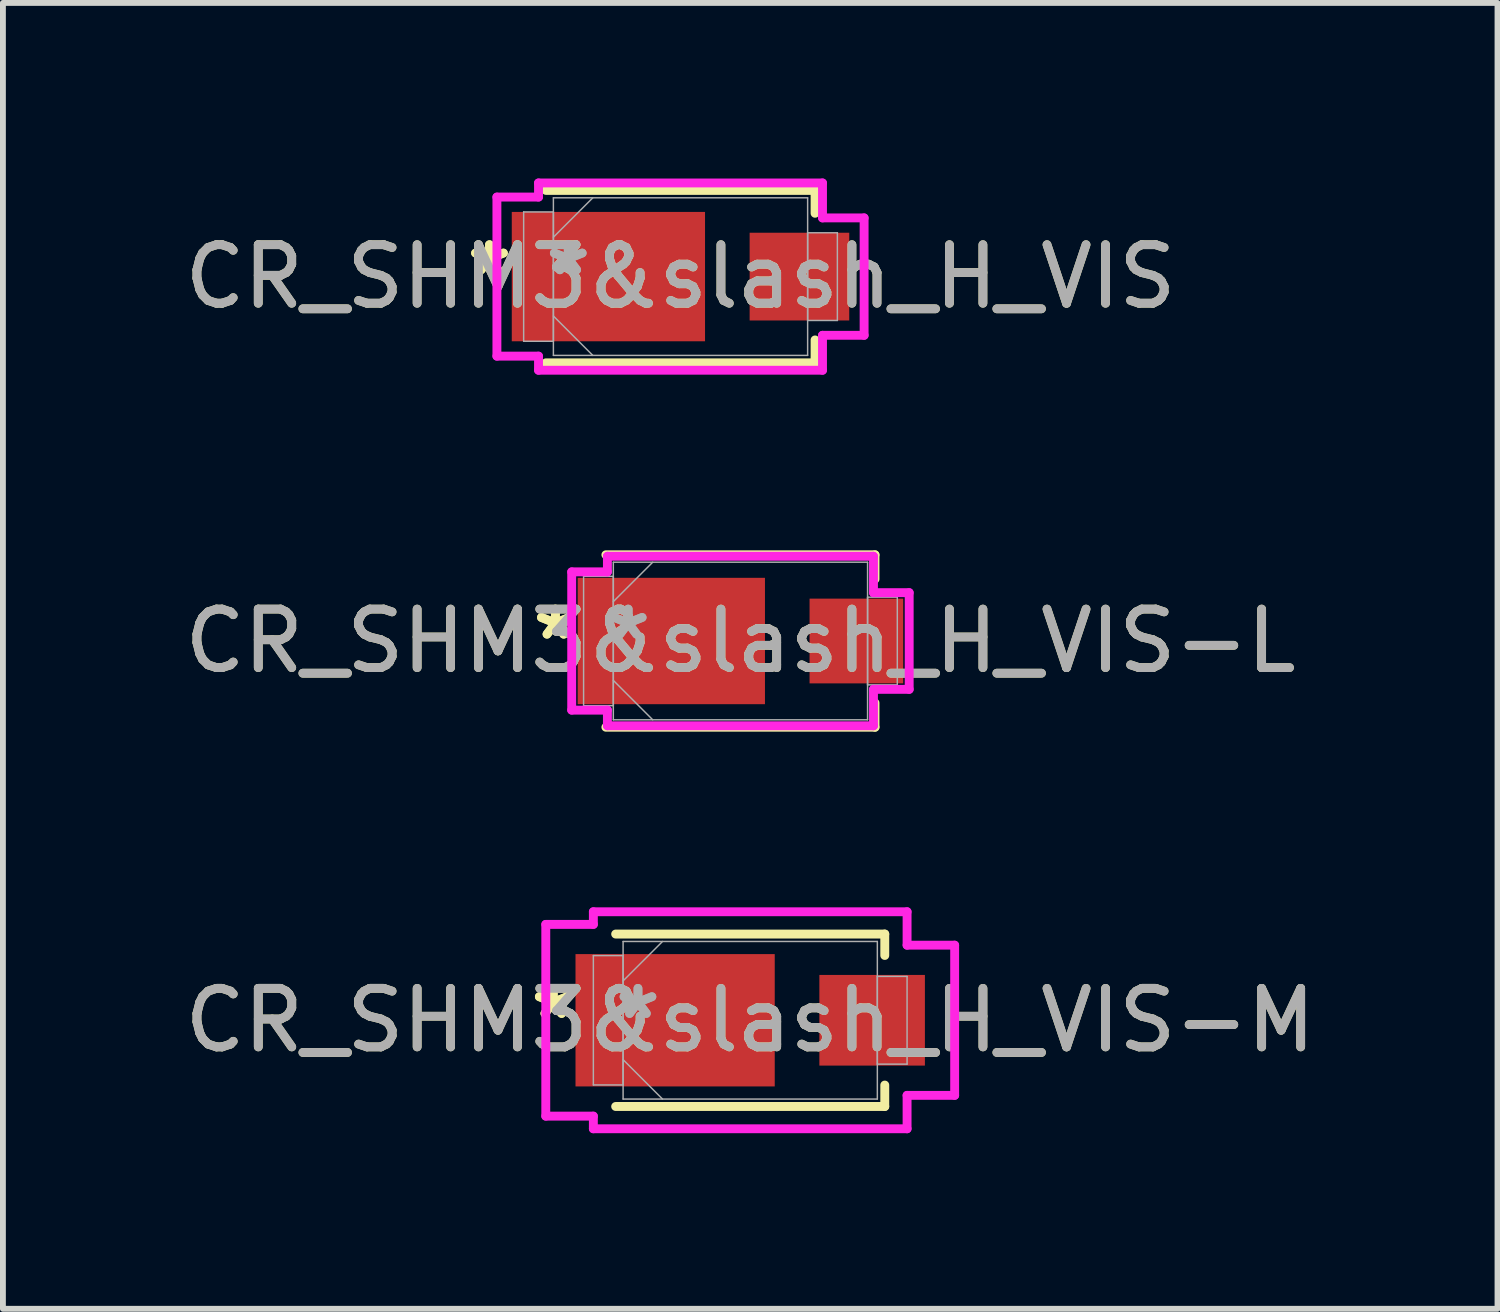
<source format=kicad_pcb>
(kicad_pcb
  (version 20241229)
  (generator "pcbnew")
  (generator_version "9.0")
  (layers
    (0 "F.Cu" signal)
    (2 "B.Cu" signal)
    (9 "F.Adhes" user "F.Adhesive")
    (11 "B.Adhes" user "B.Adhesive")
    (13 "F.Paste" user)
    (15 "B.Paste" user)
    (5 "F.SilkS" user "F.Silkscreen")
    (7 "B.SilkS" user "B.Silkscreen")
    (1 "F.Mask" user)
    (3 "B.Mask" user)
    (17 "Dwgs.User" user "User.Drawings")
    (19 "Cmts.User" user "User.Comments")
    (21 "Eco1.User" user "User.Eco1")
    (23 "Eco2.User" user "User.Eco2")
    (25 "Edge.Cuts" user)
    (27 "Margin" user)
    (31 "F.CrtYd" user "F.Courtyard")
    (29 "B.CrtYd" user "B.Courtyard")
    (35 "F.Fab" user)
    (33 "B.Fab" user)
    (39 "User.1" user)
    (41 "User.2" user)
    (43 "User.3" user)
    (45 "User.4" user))
  (footprint "CR_SHM3&slash_H_VIS"
    (layer "F.Cu")
    (at 8.577 1.676)
    (property "Reference" "CR_SHM3&slash_H_VIS" (at 0 0 0) (unlocked yes) (layer "F.SilkS") (effects (font (size 1 1) (thickness 0.15))))
    (attr smd)
    (fp_line (start -2.299 1.473) (end 2.299 1.473) (stroke (width 0.152) (type solid)) (layer "F.SilkS"))
    (fp_line (start 2.299 -1.473) (end -2.299 -1.473) (stroke (width 0.152) (type solid)) (layer "F.SilkS"))
    (fp_line (start 2.299 -1.082) (end 2.299 -1.473) (stroke (width 0.152) (type solid)) (layer "F.SilkS"))
    (fp_line (start 2.299 1.473) (end 2.299 1.082) (stroke (width 0.152) (type solid)) (layer "F.SilkS"))
    (fp_line (start -3.137 -1.359) (end -2.426 -1.359) (stroke (width 0.152) (type solid)) (layer "F.CrtYd"))
    (fp_line (start -3.137 1.359) (end -3.137 -1.359) (stroke (width 0.152) (type solid)) (layer "F.CrtYd"))
    (fp_line (start -2.426 -1.6) (end 2.426 -1.6) (stroke (width 0.152) (type solid)) (layer "F.CrtYd"))
    (fp_line (start -2.426 -1.359) (end -2.426 -1.6) (stroke (width 0.152) (type solid)) (layer "F.CrtYd"))
    (fp_line (start -2.426 1.359) (end -3.137 1.359) (stroke (width 0.152) (type solid)) (layer "F.CrtYd"))
    (fp_line (start -2.426 1.6) (end -2.426 1.359) (stroke (width 0.152) (type solid)) (layer "F.CrtYd"))
    (fp_line (start 2.426 -1.6) (end 2.426 -1.003) (stroke (width 0.152) (type solid)) (layer "F.CrtYd"))
    (fp_line (start 2.426 -1.003) (end 3.137 -1.003) (stroke (width 0.152) (type solid)) (layer "F.CrtYd"))
    (fp_line (start 2.426 1.003) (end 2.426 1.6) (stroke (width 0.152) (type solid)) (layer "F.CrtYd"))
    (fp_line (start 2.426 1.6) (end -2.426 1.6) (stroke (width 0.152) (type solid)) (layer "F.CrtYd"))
    (fp_line (start 3.137 -1.003) (end 3.137 1.003) (stroke (width 0.152) (type solid)) (layer "F.CrtYd"))
    (fp_line (start 3.137 1.003) (end 2.426 1.003) (stroke (width 0.152) (type solid)) (layer "F.CrtYd"))
    (fp_line (start -2.68 -1.105) (end -2.68 1.105) (stroke (width 0.025) (type solid)) (layer "F.Fab"))
    (fp_line (start -2.68 1.105) (end -2.172 1.105) (stroke (width 0.025) (type solid)) (layer "F.Fab"))
    (fp_line (start -2.172 -1.346) (end -2.172 1.346) (stroke (width 0.025) (type solid)) (layer "F.Fab"))
    (fp_line (start -2.172 -1.105) (end -2.68 -1.105) (stroke (width 0.025) (type solid)) (layer "F.Fab"))
    (fp_line (start -2.172 -0.673) (end -1.499 -1.346) (stroke (width 0.025) (type solid)) (layer "F.Fab"))
    (fp_line (start -2.172 0.673) (end -1.499 1.346) (stroke (width 0.025) (type solid)) (layer "F.Fab"))
    (fp_line (start -2.172 1.105) (end -2.172 -1.105) (stroke (width 0.025) (type solid)) (layer "F.Fab"))
    (fp_line (start -2.172 1.346) (end 2.172 1.346) (stroke (width 0.025) (type solid)) (layer "F.Fab"))
    (fp_line (start 2.172 -1.346) (end -2.172 -1.346) (stroke (width 0.025) (type solid)) (layer "F.Fab"))
    (fp_line (start 2.172 -0.749) (end 2.172 0.749) (stroke (width 0.025) (type solid)) (layer "F.Fab"))
    (fp_line (start 2.172 0.749) (end 2.68 0.749) (stroke (width 0.025) (type solid)) (layer "F.Fab"))
    (fp_line (start 2.172 1.346) (end 2.172 -1.346) (stroke (width 0.025) (type solid)) (layer "F.Fab"))
    (fp_line (start 2.68 -0.749) (end 2.172 -0.749) (stroke (width 0.025) (type solid)) (layer "F.Fab"))
    (fp_line (start 2.68 0.749) (end 2.68 -0.749) (stroke (width 0.025) (type solid)) (layer "F.Fab"))
    (fp_text user "*" (at -3.264 0 0) (layer "F.SilkS") (effects (font (size 1 1) (thickness 0.15))))
    (fp_text user "*" (at -3.264 0 0) (unlocked yes) (layer "F.SilkS") (effects (font (size 1 1) (thickness 0.15))))
    (fp_text user "*" (at -1.918 0 0) (layer "F.Fab") (effects (font (size 1 1) (thickness 0.15))))
    (fp_text user "*" (at -1.918 0 0) (unlocked yes) (layer "F.Fab") (effects (font (size 1 1) (thickness 0.15))))
    (fp_text user "${REFERENCE}" (at 0 0 0) (unlocked yes) (layer "F.Fab") (effects (font (size 1 1) (thickness 0.15))))
    (pad "1" smd rect (at -1.232 0) (size 3.302 2.21) (layers "F.Cu" "F.Mask" "F.Paste"))
    (pad "2" smd rect (at 2.032 0) (size 1.702 1.499) (layers "F.Cu" "F.Mask" "F.Paste"))
    (zone (net_name "") (layer "F.Cu") (hatch full 0.508) (connect_pads) (min_thickness 0.254) (filled_areas_thickness no) (keepout (tracks not_allowed) (vias not_allowed) (pads allowed) (copperpour not_allowed) (footprints allowed)) (placement (enabled no)) (fill) (polygon (pts (xy 9.047 0.381) (xy 9.708 0.381) (xy 9.708 2.972) (xy 9.047 2.972)))))
  (footprint "CR_SHM3&slash_H_VIS-M"
    (layer "F.Cu")
    (at 9.768 14.382)
    (property "Reference" "CR_SHM3&slash_H_VIS-M" (at 0 0 0) (unlocked yes) (layer "F.SilkS") (effects (font (size 1 1) (thickness 0.15))))
    (attr smd)
    (fp_line (start -2.299 1.473) (end 2.299 1.473) (stroke (width 0.152) (type solid)) (layer "F.SilkS"))
    (fp_line (start 2.299 -1.473) (end -2.299 -1.473) (stroke (width 0.152) (type solid)) (layer "F.SilkS"))
    (fp_line (start 2.299 -1.107) (end 2.299 -1.473) (stroke (width 0.152) (type solid)) (layer "F.SilkS"))
    (fp_line (start 2.299 1.473) (end 2.299 1.107) (stroke (width 0.152) (type solid)) (layer "F.SilkS"))
    (fp_line (start -3.493 -1.638) (end -2.68 -1.638) (stroke (width 0.152) (type solid)) (layer "F.CrtYd"))
    (fp_line (start -3.493 1.638) (end -3.493 -1.638) (stroke (width 0.152) (type solid)) (layer "F.CrtYd"))
    (fp_line (start -2.68 -1.854) (end 2.68 -1.854) (stroke (width 0.152) (type solid)) (layer "F.CrtYd"))
    (fp_line (start -2.68 -1.638) (end -2.68 -1.854) (stroke (width 0.152) (type solid)) (layer "F.CrtYd"))
    (fp_line (start -2.68 1.638) (end -3.493 1.638) (stroke (width 0.152) (type solid)) (layer "F.CrtYd"))
    (fp_line (start -2.68 1.854) (end -2.68 1.638) (stroke (width 0.152) (type solid)) (layer "F.CrtYd"))
    (fp_line (start 2.68 -1.854) (end 2.68 -1.283) (stroke (width 0.152) (type solid)) (layer "F.CrtYd"))
    (fp_line (start 2.68 -1.283) (end 3.493 -1.283) (stroke (width 0.152) (type solid)) (layer "F.CrtYd"))
    (fp_line (start 2.68 1.283) (end 2.68 1.854) (stroke (width 0.152) (type solid)) (layer "F.CrtYd"))
    (fp_line (start 2.68 1.854) (end -2.68 1.854) (stroke (width 0.152) (type solid)) (layer "F.CrtYd"))
    (fp_line (start 3.493 -1.283) (end 3.493 1.283) (stroke (width 0.152) (type solid)) (layer "F.CrtYd"))
    (fp_line (start 3.493 1.283) (end 2.68 1.283) (stroke (width 0.152) (type solid)) (layer "F.CrtYd"))
    (fp_line (start -2.68 -1.105) (end -2.68 1.105) (stroke (width 0.025) (type solid)) (layer "F.Fab"))
    (fp_line (start -2.68 1.105) (end -2.172 1.105) (stroke (width 0.025) (type solid)) (layer "F.Fab"))
    (fp_line (start -2.172 -1.346) (end -2.172 1.346) (stroke (width 0.025) (type solid)) (layer "F.Fab"))
    (fp_line (start -2.172 -1.105) (end -2.68 -1.105) (stroke (width 0.025) (type solid)) (layer "F.Fab"))
    (fp_line (start -2.172 -0.673) (end -1.499 -1.346) (stroke (width 0.025) (type solid)) (layer "F.Fab"))
    (fp_line (start -2.172 0.673) (end -1.499 1.346) (stroke (width 0.025) (type solid)) (layer "F.Fab"))
    (fp_line (start -2.172 1.105) (end -2.172 -1.105) (stroke (width 0.025) (type solid)) (layer "F.Fab"))
    (fp_line (start -2.172 1.346) (end 2.172 1.346) (stroke (width 0.025) (type solid)) (layer "F.Fab"))
    (fp_line (start 2.172 -1.346) (end -2.172 -1.346) (stroke (width 0.025) (type solid)) (layer "F.Fab"))
    (fp_line (start 2.172 -0.749) (end 2.172 0.749) (stroke (width 0.025) (type solid)) (layer "F.Fab"))
    (fp_line (start 2.172 0.749) (end 2.68 0.749) (stroke (width 0.025) (type solid)) (layer "F.Fab"))
    (fp_line (start 2.172 1.346) (end 2.172 -1.346) (stroke (width 0.025) (type solid)) (layer "F.Fab"))
    (fp_line (start 2.68 -0.749) (end 2.172 -0.749) (stroke (width 0.025) (type solid)) (layer "F.Fab"))
    (fp_line (start 2.68 0.749) (end 2.68 -0.749) (stroke (width 0.025) (type solid)) (layer "F.Fab"))
    (fp_text user "*" (at -3.365 0 0) (unlocked yes) (layer "F.SilkS") (effects (font (size 1 1) (thickness 0.15))))
    (fp_text user "*" (at -3.365 0 0) (layer "F.SilkS") (effects (font (size 1 1) (thickness 0.15))))
    (fp_text user "*" (at -1.918 0 0) (unlocked yes) (layer "F.Fab") (effects (font (size 1 1) (thickness 0.15))))
    (fp_text user "*" (at -1.918 0 0) (layer "F.Fab") (effects (font (size 1 1) (thickness 0.15))))
    (fp_text user "${REFERENCE}" (at 0 0 0) (unlocked yes) (layer "F.Fab") (effects (font (size 1 1) (thickness 0.15))))
    (pad "1" smd rect (at -1.283 0) (size 3.404 2.261) (layers "F.Cu" "F.Mask" "F.Paste"))
    (pad "2" smd rect (at 2.083 0) (size 1.803 1.549) (layers "F.Cu" "F.Mask" "F.Paste"))
    (zone (net_name "") (layer "F.Cu") (hatch full 0.508) (connect_pads) (min_thickness 0.254) (filled_areas_thickness no) (keepout (tracks not_allowed) (vias not_allowed) (pads allowed) (copperpour not_allowed) (footprints allowed)) (placement (enabled no)) (fill) (polygon (pts (xy 10.238 13.087) (xy 10.898 13.087) (xy 10.898 15.677) (xy 10.238 15.677)))))
  (footprint "CR_SHM3&slash_H_VIS-L"
    (layer "F.Cu")
    (at 9.601 7.902)
    (property "Reference" "CR_SHM3&slash_H_VIS-L" (at 0 0 0) (unlocked yes) (layer "F.SilkS") (effects (font (size 1 1) (thickness 0.15))))
    (attr smd)
    (fp_line (start -2.299 1.473) (end 2.299 1.473) (stroke (width 0.152) (type solid)) (layer "F.SilkS"))
    (fp_line (start 2.299 -1.473) (end -2.299 -1.473) (stroke (width 0.152) (type solid)) (layer "F.SilkS"))
    (fp_line (start 2.299 -1.057) (end 2.299 -1.473) (stroke (width 0.152) (type solid)) (layer "F.SilkS"))
    (fp_line (start 2.299 1.473) (end 2.299 1.057) (stroke (width 0.152) (type solid)) (layer "F.SilkS"))
    (fp_line (start -2.883 -1.181) (end -2.273 -1.181) (stroke (width 0.152) (type solid)) (layer "F.CrtYd"))
    (fp_line (start -2.883 1.181) (end -2.883 -1.181) (stroke (width 0.152) (type solid)) (layer "F.CrtYd"))
    (fp_line (start -2.273 -1.448) (end 2.273 -1.448) (stroke (width 0.152) (type solid)) (layer "F.CrtYd"))
    (fp_line (start -2.273 -1.181) (end -2.273 -1.448) (stroke (width 0.152) (type solid)) (layer "F.CrtYd"))
    (fp_line (start -2.273 1.181) (end -2.883 1.181) (stroke (width 0.152) (type solid)) (layer "F.CrtYd"))
    (fp_line (start -2.273 1.448) (end -2.273 1.181) (stroke (width 0.152) (type solid)) (layer "F.CrtYd"))
    (fp_line (start 2.273 -1.448) (end 2.273 -0.826) (stroke (width 0.152) (type solid)) (layer "F.CrtYd"))
    (fp_line (start 2.273 -0.826) (end 2.883 -0.826) (stroke (width 0.152) (type solid)) (layer "F.CrtYd"))
    (fp_line (start 2.273 0.826) (end 2.273 1.448) (stroke (width 0.152) (type solid)) (layer "F.CrtYd"))
    (fp_line (start 2.273 1.448) (end -2.273 1.448) (stroke (width 0.152) (type solid)) (layer "F.CrtYd"))
    (fp_line (start 2.883 -0.826) (end 2.883 0.826) (stroke (width 0.152) (type solid)) (layer "F.CrtYd"))
    (fp_line (start 2.883 0.826) (end 2.273 0.826) (stroke (width 0.152) (type solid)) (layer "F.CrtYd"))
    (fp_line (start -2.68 -1.105) (end -2.68 1.105) (stroke (width 0.025) (type solid)) (layer "F.Fab"))
    (fp_line (start -2.68 1.105) (end -2.172 1.105) (stroke (width 0.025) (type solid)) (layer "F.Fab"))
    (fp_line (start -2.172 -1.346) (end -2.172 1.346) (stroke (width 0.025) (type solid)) (layer "F.Fab"))
    (fp_line (start -2.172 -1.105) (end -2.68 -1.105) (stroke (width 0.025) (type solid)) (layer "F.Fab"))
    (fp_line (start -2.172 -0.673) (end -1.499 -1.346) (stroke (width 0.025) (type solid)) (layer "F.Fab"))
    (fp_line (start -2.172 0.673) (end -1.499 1.346) (stroke (width 0.025) (type solid)) (layer "F.Fab"))
    (fp_line (start -2.172 1.105) (end -2.172 -1.105) (stroke (width 0.025) (type solid)) (layer "F.Fab"))
    (fp_line (start -2.172 1.346) (end 2.172 1.346) (stroke (width 0.025) (type solid)) (layer "F.Fab"))
    (fp_line (start 2.172 -1.346) (end -2.172 -1.346) (stroke (width 0.025) (type solid)) (layer "F.Fab"))
    (fp_line (start 2.172 -0.749) (end 2.172 0.749) (stroke (width 0.025) (type solid)) (layer "F.Fab"))
    (fp_line (start 2.172 0.749) (end 2.68 0.749) (stroke (width 0.025) (type solid)) (layer "F.Fab"))
    (fp_line (start 2.172 1.346) (end 2.172 -1.346) (stroke (width 0.025) (type solid)) (layer "F.Fab"))
    (fp_line (start 2.68 -0.749) (end 2.172 -0.749) (stroke (width 0.025) (type solid)) (layer "F.Fab"))
    (fp_line (start 2.68 0.749) (end 2.68 -0.749) (stroke (width 0.025) (type solid)) (layer "F.Fab"))
    (fp_text user "*" (at -3.162 0 0) (layer "F.SilkS") (effects (font (size 1 1) (thickness 0.15))))
    (fp_text user "*" (at -3.162 0 0) (unlocked yes) (layer "F.SilkS") (effects (font (size 1 1) (thickness 0.15))))
    (fp_text user "*" (at -1.918 0 0) (unlocked yes) (layer "F.Fab") (effects (font (size 1 1) (thickness 0.15))))
    (fp_text user "*" (at -1.918 0 0) (layer "F.Fab") (effects (font (size 1 1) (thickness 0.15))))
    (fp_text user "${REFERENCE}" (at 0 0 0) (unlocked yes) (layer "F.Fab") (effects (font (size 1 1) (thickness 0.15))))
    (pad "1" smd rect (at -1.181 0) (size 3.2 2.159) (layers "F.Cu" "F.Mask" "F.Paste"))
    (pad "2" smd rect (at 1.981 0) (size 1.6 1.448) (layers "F.Cu" "F.Mask" "F.Paste"))
    (zone (net_name "") (layer "F.Cu") (hatch full 0.508) (connect_pads) (min_thickness 0.254) (filled_areas_thickness no) (keepout (tracks not_allowed) (vias not_allowed) (pads allowed) (copperpour not_allowed) (footprints allowed)) (placement (enabled no)) (fill) (polygon (pts (xy 10.071 6.607) (xy 10.731 6.607) (xy 10.731 9.198) (xy 10.071 9.198)))))
  (gr_rect
    (start -3 -3)
    (end 22.536 19.312)
    (stroke (width 0.1) (type default))
    (fill no)
    (layer "Edge.Cuts")))
</source>
